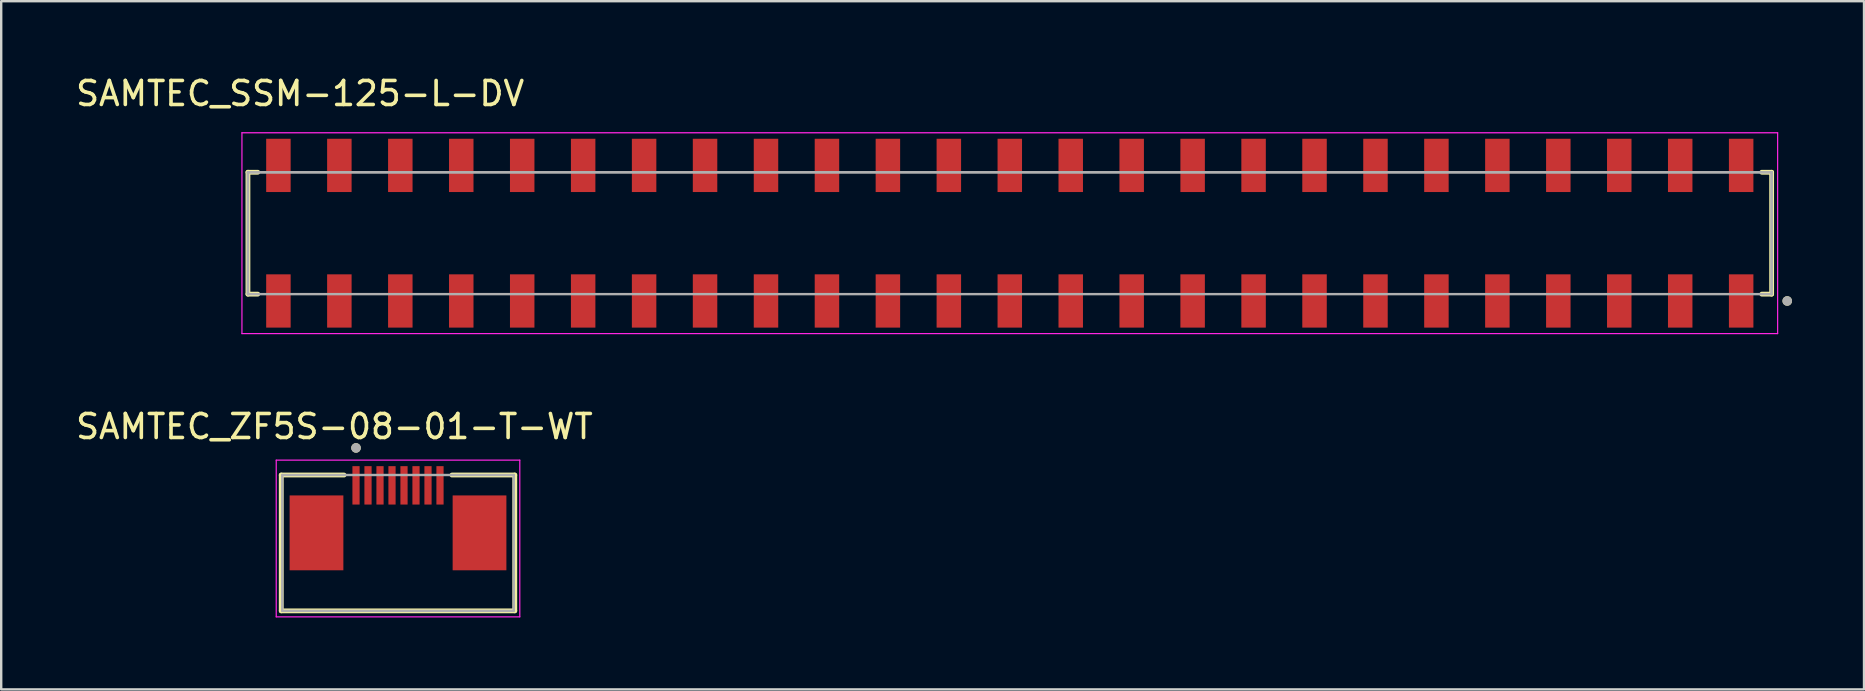
<source format=kicad_pcb>
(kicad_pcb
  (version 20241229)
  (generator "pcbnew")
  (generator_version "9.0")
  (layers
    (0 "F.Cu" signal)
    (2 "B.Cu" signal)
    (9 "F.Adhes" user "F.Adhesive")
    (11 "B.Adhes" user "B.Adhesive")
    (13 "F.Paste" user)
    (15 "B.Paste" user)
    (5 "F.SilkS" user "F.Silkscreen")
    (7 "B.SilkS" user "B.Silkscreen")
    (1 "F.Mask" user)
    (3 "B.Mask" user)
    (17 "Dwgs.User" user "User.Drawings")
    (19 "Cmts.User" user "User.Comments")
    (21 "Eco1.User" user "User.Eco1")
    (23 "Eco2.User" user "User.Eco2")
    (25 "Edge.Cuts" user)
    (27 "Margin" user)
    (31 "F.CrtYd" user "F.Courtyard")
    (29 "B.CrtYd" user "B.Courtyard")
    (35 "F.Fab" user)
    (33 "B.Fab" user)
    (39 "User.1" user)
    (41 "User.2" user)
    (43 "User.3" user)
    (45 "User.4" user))
  (footprint "SAMTEC_SSM-125-L-DV"
    (layer "F.Cu")
    (at 39.033 6.668)
    (property "Reference" "SAMTEC_SSM-125-L-DV" (at -29.575 -5.82 0) (layer "F.SilkS") (effects (font (size 1 1) (thickness 0.15))))
    (attr smd)
    (fp_line (start -31.75 -2.54) (end -31.34 -2.54) (stroke (width 0.2) (type solid)) (layer "F.SilkS"))
    (fp_line (start -31.75 2.54) (end -31.75 -2.54) (stroke (width 0.2) (type solid)) (layer "F.SilkS"))
    (fp_line (start -31.34 2.54) (end -31.75 2.54) (stroke (width 0.2) (type solid)) (layer "F.SilkS"))
    (fp_line (start 31.34 -2.54) (end 31.75 -2.54) (stroke (width 0.2) (type solid)) (layer "F.SilkS"))
    (fp_line (start 31.34 2.54) (end 31.75 2.54) (stroke (width 0.2) (type solid)) (layer "F.SilkS"))
    (fp_line (start 31.75 -2.54) (end 31.75 2.54) (stroke (width 0.2) (type solid)) (layer "F.SilkS"))
    (fp_circle (center 32.4 2.825) (end 32.5 2.825) (stroke (width 0.2) (type solid)) (fill no) (layer "F.SilkS"))
    (fp_line (start -32 -4.185) (end 32 -4.185) (stroke (width 0.05) (type solid)) (layer "F.CrtYd"))
    (fp_line (start -32 4.185) (end -32 -4.185) (stroke (width 0.05) (type solid)) (layer "F.CrtYd"))
    (fp_line (start 32 -4.185) (end 32 4.185) (stroke (width 0.05) (type solid)) (layer "F.CrtYd"))
    (fp_line (start 32 4.185) (end -32 4.185) (stroke (width 0.05) (type solid)) (layer "F.CrtYd"))
    (fp_line (start -31.75 -2.54) (end 31.75 -2.54) (stroke (width 0.1) (type solid)) (layer "F.Fab"))
    (fp_line (start -31.75 -2.54) (end 31.75 -2.54) (stroke (width 0.1) (type solid)) (layer "F.Fab"))
    (fp_line (start -31.75 2.54) (end -31.75 -2.54) (stroke (width 0.1) (type solid)) (layer "F.Fab"))
    (fp_line (start -31.75 2.54) (end -31.75 -2.54) (stroke (width 0.1) (type solid)) (layer "F.Fab"))
    (fp_line (start 31.75 -2.54) (end 31.75 2.54) (stroke (width 0.1) (type solid)) (layer "F.Fab"))
    (fp_line (start 31.75 -2.54) (end 31.75 2.54) (stroke (width 0.1) (type solid)) (layer "F.Fab"))
    (fp_line (start 31.75 2.54) (end -31.75 2.54) (stroke (width 0.1) (type solid)) (layer "F.Fab"))
    (fp_circle (center 32.4 2.825) (end 32.5 2.825) (stroke (width 0.2) (type solid)) (fill no) (layer "F.Fab"))
    (pad "01" smd rect (at 30.48 2.825) (size 1.02 2.22) (layers "F.Cu" "F.Mask" "F.Paste"))
    (pad "02" smd rect (at 30.48 -2.825) (size 1.02 2.22) (layers "F.Cu" "F.Mask" "F.Paste"))
    (pad "03" smd rect (at 27.94 2.825) (size 1.02 2.22) (layers "F.Cu" "F.Mask" "F.Paste"))
    (pad "04" smd rect (at 27.94 -2.825) (size 1.02 2.22) (layers "F.Cu" "F.Mask" "F.Paste"))
    (pad "05" smd rect (at 25.4 2.825) (size 1.02 2.22) (layers "F.Cu" "F.Mask" "F.Paste"))
    (pad "06" smd rect (at 25.4 -2.825) (size 1.02 2.22) (layers "F.Cu" "F.Mask" "F.Paste"))
    (pad "07" smd rect (at 22.86 2.825) (size 1.02 2.22) (layers "F.Cu" "F.Mask" "F.Paste"))
    (pad "08" smd rect (at 22.86 -2.825) (size 1.02 2.22) (layers "F.Cu" "F.Mask" "F.Paste"))
    (pad "09" smd rect (at 20.32 2.825) (size 1.02 2.22) (layers "F.Cu" "F.Mask" "F.Paste"))
    (pad "10" smd rect (at 20.32 -2.825) (size 1.02 2.22) (layers "F.Cu" "F.Mask" "F.Paste"))
    (pad "11" smd rect (at 17.78 2.825) (size 1.02 2.22) (layers "F.Cu" "F.Mask" "F.Paste"))
    (pad "12" smd rect (at 17.78 -2.825) (size 1.02 2.22) (layers "F.Cu" "F.Mask" "F.Paste"))
    (pad "13" smd rect (at 15.24 2.825) (size 1.02 2.22) (layers "F.Cu" "F.Mask" "F.Paste"))
    (pad "14" smd rect (at 15.24 -2.825) (size 1.02 2.22) (layers "F.Cu" "F.Mask" "F.Paste"))
    (pad "15" smd rect (at 12.7 2.825) (size 1.02 2.22) (layers "F.Cu" "F.Mask" "F.Paste"))
    (pad "16" smd rect (at 12.7 -2.825) (size 1.02 2.22) (layers "F.Cu" "F.Mask" "F.Paste"))
    (pad "17" smd rect (at 10.16 2.825) (size 1.02 2.22) (layers "F.Cu" "F.Mask" "F.Paste"))
    (pad "18" smd rect (at 10.16 -2.825) (size 1.02 2.22) (layers "F.Cu" "F.Mask" "F.Paste"))
    (pad "19" smd rect (at 7.62 2.825) (size 1.02 2.22) (layers "F.Cu" "F.Mask" "F.Paste"))
    (pad "20" smd rect (at 7.62 -2.825) (size 1.02 2.22) (layers "F.Cu" "F.Mask" "F.Paste"))
    (pad "21" smd rect (at 5.08 2.825) (size 1.02 2.22) (layers "F.Cu" "F.Mask" "F.Paste"))
    (pad "22" smd rect (at 5.08 -2.825) (size 1.02 2.22) (layers "F.Cu" "F.Mask" "F.Paste"))
    (pad "23" smd rect (at 2.54 2.825) (size 1.02 2.22) (layers "F.Cu" "F.Mask" "F.Paste"))
    (pad "24" smd rect (at 2.54 -2.825) (size 1.02 2.22) (layers "F.Cu" "F.Mask" "F.Paste"))
    (pad "25" smd rect (at 0 2.825) (size 1.02 2.22) (layers "F.Cu" "F.Mask" "F.Paste"))
    (pad "26" smd rect (at 0 -2.825) (size 1.02 2.22) (layers "F.Cu" "F.Mask" "F.Paste"))
    (pad "27" smd rect (at -2.54 2.825) (size 1.02 2.22) (layers "F.Cu" "F.Mask" "F.Paste"))
    (pad "28" smd rect (at -2.54 -2.825) (size 1.02 2.22) (layers "F.Cu" "F.Mask" "F.Paste"))
    (pad "29" smd rect (at -5.08 2.825) (size 1.02 2.22) (layers "F.Cu" "F.Mask" "F.Paste"))
    (pad "30" smd rect (at -5.08 -2.825) (size 1.02 2.22) (layers "F.Cu" "F.Mask" "F.Paste"))
    (pad "31" smd rect (at -7.62 2.825) (size 1.02 2.22) (layers "F.Cu" "F.Mask" "F.Paste"))
    (pad "32" smd rect (at -7.62 -2.825) (size 1.02 2.22) (layers "F.Cu" "F.Mask" "F.Paste"))
    (pad "33" smd rect (at -10.16 2.825) (size 1.02 2.22) (layers "F.Cu" "F.Mask" "F.Paste"))
    (pad "34" smd rect (at -10.16 -2.825) (size 1.02 2.22) (layers "F.Cu" "F.Mask" "F.Paste"))
    (pad "35" smd rect (at -12.7 2.825) (size 1.02 2.22) (layers "F.Cu" "F.Mask" "F.Paste"))
    (pad "36" smd rect (at -12.7 -2.825) (size 1.02 2.22) (layers "F.Cu" "F.Mask" "F.Paste"))
    (pad "37" smd rect (at -15.24 2.825) (size 1.02 2.22) (layers "F.Cu" "F.Mask" "F.Paste"))
    (pad "38" smd rect (at -15.24 -2.825) (size 1.02 2.22) (layers "F.Cu" "F.Mask" "F.Paste"))
    (pad "39" smd rect (at -17.78 2.825) (size 1.02 2.22) (layers "F.Cu" "F.Mask" "F.Paste"))
    (pad "40" smd rect (at -17.78 -2.825) (size 1.02 2.22) (layers "F.Cu" "F.Mask" "F.Paste"))
    (pad "41" smd rect (at -20.32 2.825) (size 1.02 2.22) (layers "F.Cu" "F.Mask" "F.Paste"))
    (pad "42" smd rect (at -20.32 -2.825) (size 1.02 2.22) (layers "F.Cu" "F.Mask" "F.Paste"))
    (pad "43" smd rect (at -22.86 2.825) (size 1.02 2.22) (layers "F.Cu" "F.Mask" "F.Paste"))
    (pad "44" smd rect (at -22.86 -2.825) (size 1.02 2.22) (layers "F.Cu" "F.Mask" "F.Paste"))
    (pad "45" smd rect (at -25.4 2.825) (size 1.02 2.22) (layers "F.Cu" "F.Mask" "F.Paste"))
    (pad "46" smd rect (at -25.4 -2.825) (size 1.02 2.22) (layers "F.Cu" "F.Mask" "F.Paste"))
    (pad "47" smd rect (at -27.94 2.825) (size 1.02 2.22) (layers "F.Cu" "F.Mask" "F.Paste"))
    (pad "48" smd rect (at -27.94 -2.825) (size 1.02 2.22) (layers "F.Cu" "F.Mask" "F.Paste"))
    (pad "49" smd rect (at -30.48 2.825) (size 1.02 2.22) (layers "F.Cu" "F.Mask" "F.Paste"))
    (pad "50" smd rect (at -30.48 -2.825) (size 1.02 2.22) (layers "F.Cu" "F.Mask" "F.Paste")))
  (footprint "SAMTEC_ZF5S-08-01-T-WT"
    (layer "F.Cu")
    (at 13.537 19.157)
    (property "Reference" "SAMTEC_ZF5S-08-01-T-WT" (at -2.65 -4.43 0) (layer "F.SilkS") (effects (font (size 1 1) (thickness 0.15))))
    (attr smd)
    (fp_line (start -4.867 -2.41) (end -4.867 3.25) (stroke (width 0.2) (type solid)) (layer "F.SilkS"))
    (fp_line (start -4.867 -2.41) (end -2.247 -2.41) (stroke (width 0.2) (type solid)) (layer "F.SilkS"))
    (fp_line (start -4.867 3.25) (end 4.867 3.25) (stroke (width 0.2) (type solid)) (layer "F.SilkS"))
    (fp_line (start 4.867 -2.41) (end 2.247 -2.41) (stroke (width 0.2) (type solid)) (layer "F.SilkS"))
    (fp_line (start 4.867 -2.41) (end 4.867 3.25) (stroke (width 0.2) (type solid)) (layer "F.SilkS"))
    (fp_circle (center -1.75 -3.54) (end -1.65 -3.54) (stroke (width 0.2) (type solid)) (fill no) (layer "F.SilkS"))
    (fp_line (start -5.075 -3.03) (end 5.075 -3.03) (stroke (width 0.05) (type solid)) (layer "F.CrtYd"))
    (fp_line (start -5.075 3.5) (end -5.075 -3.03) (stroke (width 0.05) (type solid)) (layer "F.CrtYd"))
    (fp_line (start 5.075 -3.03) (end 5.075 3.5) (stroke (width 0.05) (type solid)) (layer "F.CrtYd"))
    (fp_line (start 5.075 3.5) (end -5.075 3.5) (stroke (width 0.05) (type solid)) (layer "F.CrtYd"))
    (fp_line (start -4.825 -2.41) (end 4.825 -2.41) (stroke (width 0.1) (type solid)) (layer "F.Fab"))
    (fp_line (start -4.825 3.25) (end -4.825 -2.41) (stroke (width 0.1) (type solid)) (layer "F.Fab"))
    (fp_line (start 4.825 -2.41) (end 4.825 3.25) (stroke (width 0.1) (type solid)) (layer "F.Fab"))
    (fp_line (start 4.825 3.25) (end -4.825 3.25) (stroke (width 0.1) (type solid)) (layer "F.Fab"))
    (fp_circle (center -1.75 -3.54) (end -1.65 -3.54) (stroke (width 0.2) (type solid)) (fill no) (layer "F.Fab"))
    (pad "01" smd rect (at -1.75 -1.98) (size 0.3 1.6) (layers "F.Cu" "F.Mask" "F.Paste"))
    (pad "02" smd rect (at -1.25 -1.98) (size 0.3 1.6) (layers "F.Cu" "F.Mask" "F.Paste"))
    (pad "03" smd rect (at -0.75 -1.98) (size 0.3 1.6) (layers "F.Cu" "F.Mask" "F.Paste"))
    (pad "04" smd rect (at -0.25 -1.98) (size 0.3 1.6) (layers "F.Cu" "F.Mask" "F.Paste"))
    (pad "05" smd rect (at 0.25 -1.98) (size 0.3 1.6) (layers "F.Cu" "F.Mask" "F.Paste"))
    (pad "06" smd rect (at 0.75 -1.98) (size 0.3 1.6) (layers "F.Cu" "F.Mask" "F.Paste"))
    (pad "07" smd rect (at 1.25 -1.98) (size 0.3 1.6) (layers "F.Cu" "F.Mask" "F.Paste"))
    (pad "08" smd rect (at 1.75 -1.98) (size 0.3 1.6) (layers "F.Cu" "F.Mask" "F.Paste"))
    (pad "S1" smd rect (at -3.397 0) (size 2.24 3.12) (layers "F.Cu" "F.Mask" "F.Paste"))
    (pad "S2" smd rect (at 3.397 0) (size 2.24 3.12) (layers "F.Cu" "F.Mask" "F.Paste")))
  (gr_rect
    (start -3 -3)
    (end 74.633 25.681)
    (stroke (width 0.1) (type default))
    (fill no)
    (layer "Edge.Cuts")))
</source>
